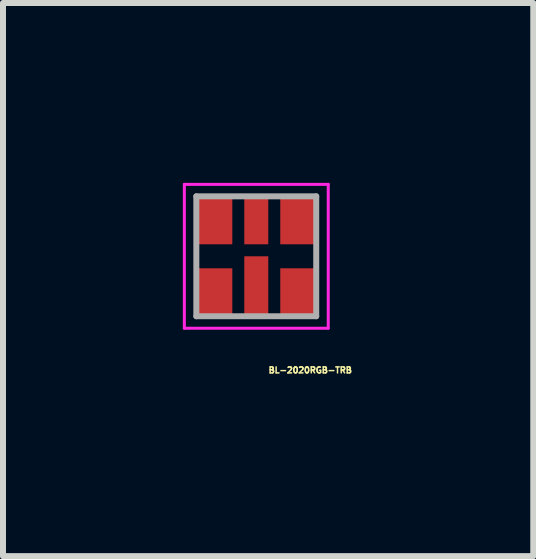
<source format=kicad_pcb>
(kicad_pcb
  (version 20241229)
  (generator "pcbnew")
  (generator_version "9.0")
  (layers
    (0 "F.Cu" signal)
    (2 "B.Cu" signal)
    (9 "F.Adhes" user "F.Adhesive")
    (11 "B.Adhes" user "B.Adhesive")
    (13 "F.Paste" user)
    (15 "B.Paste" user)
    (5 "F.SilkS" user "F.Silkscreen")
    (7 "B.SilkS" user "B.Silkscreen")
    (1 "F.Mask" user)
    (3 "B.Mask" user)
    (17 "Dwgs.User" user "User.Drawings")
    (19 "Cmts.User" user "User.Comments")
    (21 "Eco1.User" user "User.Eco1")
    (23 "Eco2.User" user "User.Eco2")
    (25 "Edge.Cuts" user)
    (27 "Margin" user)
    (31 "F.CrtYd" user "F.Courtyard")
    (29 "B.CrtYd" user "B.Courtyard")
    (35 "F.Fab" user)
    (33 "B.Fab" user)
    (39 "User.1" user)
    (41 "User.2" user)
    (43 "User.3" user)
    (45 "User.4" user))
  (footprint "BL-2020RGB-TRB"
    (layer "F.Cu")
    (at 1.225 1.225)
    (property "Reference" "BL-2020RGB-TRB" (at 0.9 1.9 0) (layer "F.SilkS") (effects (font (size 0.1 0.1) (thickness 0.025))))
    (attr smd)
    (fp_line (start -1.2 -1.2) (end 1.2 -1.2) (stroke (width 0.05) (type solid)) (layer "F.CrtYd"))
    (fp_line (start -1.2 1.2) (end -1.2 -1.2) (stroke (width 0.05) (type solid)) (layer "F.CrtYd"))
    (fp_line (start 1.2 -1.2) (end 1.2 1.2) (stroke (width 0.05) (type solid)) (layer "F.CrtYd"))
    (fp_line (start 1.2 1.2) (end -1.2 1.2) (stroke (width 0.05) (type solid)) (layer "F.CrtYd"))
    (fp_line (start -1 -1) (end 1 -1) (stroke (width 0.1) (type solid)) (layer "F.Fab"))
    (fp_line (start -1 1) (end -1 -1) (stroke (width 0.1) (type solid)) (layer "F.Fab"))
    (fp_line (start 1 -1) (end 1 1) (stroke (width 0.1) (type solid)) (layer "F.Fab"))
    (fp_line (start 1 1) (end -1 1) (stroke (width 0.1) (type solid)) (layer "F.Fab"))
    (pad "1" smd rect (at -0.7 -0.6) (size 0.6 0.8) (layers "F.Cu" "F.Mask" "F.Paste"))
    (pad "2" smd rect (at 0 -0.6) (size 0.4 0.8) (layers "F.Cu" "F.Mask" "F.Paste"))
    (pad "3" smd rect (at 0.7 -0.6) (size 0.6 0.8) (layers "F.Cu" "F.Mask" "F.Paste"))
    (pad "4" smd rect (at -0.7 0.6) (size 0.6 0.8) (layers "F.Cu" "F.Mask" "F.Paste"))
    (pad "5" smd rect (at 0 0.5) (size 0.4 1) (layers "F.Cu" "F.Mask" "F.Paste"))
    (pad "6" smd rect (at 0.7 0.6) (size 0.6 0.8) (layers "F.Cu" "F.Mask" "F.Paste")))
  (gr_rect
    (start -3 -3)
    (end 5.845 6.227)
    (stroke (width 0.1) (type default))
    (fill no)
    (layer "Edge.Cuts")))
</source>
